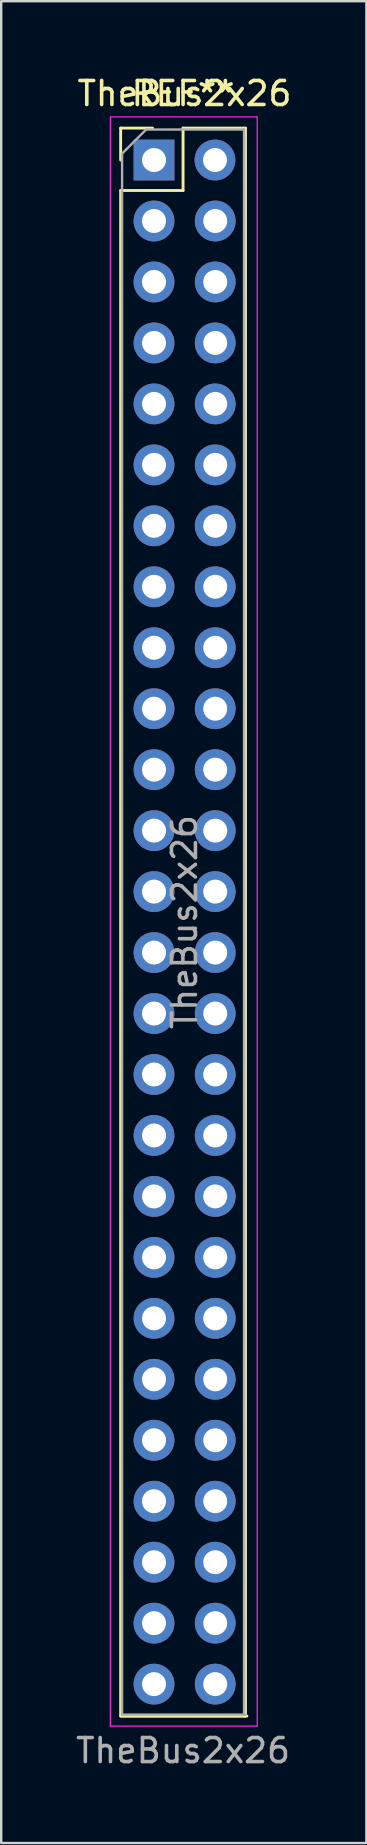
<source format=kicad_pcb>
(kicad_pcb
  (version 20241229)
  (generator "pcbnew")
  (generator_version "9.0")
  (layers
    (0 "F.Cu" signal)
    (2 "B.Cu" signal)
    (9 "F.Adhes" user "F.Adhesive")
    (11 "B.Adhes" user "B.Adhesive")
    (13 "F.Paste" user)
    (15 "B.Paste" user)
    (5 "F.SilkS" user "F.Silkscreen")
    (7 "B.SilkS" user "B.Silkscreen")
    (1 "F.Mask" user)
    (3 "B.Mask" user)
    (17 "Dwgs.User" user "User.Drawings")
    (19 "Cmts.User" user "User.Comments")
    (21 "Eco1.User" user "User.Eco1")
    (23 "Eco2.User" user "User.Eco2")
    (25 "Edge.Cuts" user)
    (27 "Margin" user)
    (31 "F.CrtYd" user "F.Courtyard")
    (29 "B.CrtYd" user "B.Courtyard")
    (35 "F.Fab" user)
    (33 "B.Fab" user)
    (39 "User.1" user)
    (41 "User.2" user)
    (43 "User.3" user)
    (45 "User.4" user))
  (footprint "TheBus2x26"
    (layer "F.Cu")
    (at 5.907 3.618)
    (property "Reference" "TheBus2x26" (at -1.27 -2.77 0) (layer "F.SilkS") (effects (font (size 1 1) (thickness 0.15))))
    (attr through_hole)
    (fp_line (start -3.93 -1.33) (end -3.93 0) (stroke (width 0.12) (type solid)) (layer "F.SilkS"))
    (fp_line (start -3.93 1.27) (end -3.93 64.83) (stroke (width 0.12) (type solid)) (layer "F.SilkS"))
    (fp_line (start -3.87 64.83) (end 1.33 64.83) (stroke (width 0.12) (type solid)) (layer "F.SilkS"))
    (fp_line (start -2.6 -1.33) (end -3.93 -1.33) (stroke (width 0.12) (type solid)) (layer "F.SilkS"))
    (fp_line (start -1.33 -1.33) (end -1.33 1.27) (stroke (width 0.12) (type solid)) (layer "F.SilkS"))
    (fp_line (start -1.33 1.27) (end -3.93 1.27) (stroke (width 0.12) (type solid)) (layer "F.SilkS"))
    (fp_line (start 1.27 -1.33) (end -1.33 -1.33) (stroke (width 0.12) (type solid)) (layer "F.SilkS"))
    (fp_line (start 1.27 -1.33) (end 1.27 64.83) (stroke (width 0.12) (type solid)) (layer "F.SilkS"))
    (fp_line (start 1.27 64.83) (end -3.93 64.83) (stroke (width 0.12) (type solid)) (layer "F.SilkS"))
    (fp_line (start -4.36 -1.8) (end -4.36 65.25) (stroke (width 0.05) (type solid)) (layer "F.CrtYd"))
    (fp_line (start -4.36 -1.8) (end 1.76 -1.8) (stroke (width 0.05) (type solid)) (layer "F.CrtYd"))
    (fp_line (start 1.76 -1.8) (end 1.76 65.25) (stroke (width 0.05) (type solid)) (layer "F.CrtYd"))
    (fp_line (start 1.76 65.25) (end -4.36 65.25) (stroke (width 0.05) (type solid)) (layer "F.CrtYd"))
    (fp_line (start -3.87 -0.27) (end -3.87 64.77) (stroke (width 0.1) (type solid)) (layer "F.Fab"))
    (fp_line (start -2.87 -1.27) (end -3.87 -0.27) (stroke (width 0.1) (type solid)) (layer "F.Fab"))
    (fp_line (start 1.21 -1.27) (end -2.87 -1.27) (stroke (width 0.1) (type solid)) (layer "F.Fab"))
    (fp_line (start 1.21 64.77) (end 1.21 -1.27) (stroke (width 0.1) (type solid)) (layer "F.Fab"))
    (fp_line (start 1.27 64.77) (end -3.81 64.77) (stroke (width 0.1) (type solid)) (layer "F.Fab"))
    (fp_text user "REF**" (at -1.33 -2.77 0) (layer "F.SilkS") (effects (font (size 1 1) (thickness 0.15))))
    (fp_text user "${REFERENCE}" (at -1.27 31.75 90) (layer "F.Fab") (effects (font (size 1 1) (thickness 0.15))))
    (fp_text user "TheBus2x26" (at -1.33 66.27 0) (layer "F.Fab") (effects (font (size 1 1) (thickness 0.15))))
    (pad "1" thru_hole rect (at -2.54 0) (size 1.7 1.7) (drill 1) (layers "*.Cu" "*.Mask"))
    (pad "2" thru_hole oval (at 0 0) (size 1.7 1.7) (drill 1) (layers "*.Cu" "*.Mask"))
    (pad "3" thru_hole oval (at -2.54 2.54) (size 1.7 1.7) (drill 1) (layers "*.Cu" "*.Mask"))
    (pad "4" thru_hole oval (at 0.01 2.54) (size 1.7 1.7) (drill 1) (layers "*.Cu" "*.Mask"))
    (pad "5" thru_hole oval (at -2.54 5.08) (size 1.7 1.7) (drill 1) (layers "*.Cu" "*.Mask"))
    (pad "6" thru_hole oval (at 0.01 5.08) (size 1.7 1.7) (drill 1) (layers "*.Cu" "*.Mask"))
    (pad "7" thru_hole oval (at -2.54 7.62) (size 1.7 1.7) (drill 1) (layers "*.Cu" "*.Mask"))
    (pad "8" thru_hole oval (at 0.01 7.62) (size 1.7 1.7) (drill 1) (layers "*.Cu" "*.Mask"))
    (pad "9" thru_hole oval (at -2.54 10.16) (size 1.7 1.7) (drill 1) (layers "*.Cu" "*.Mask"))
    (pad "10" thru_hole oval (at 0.01 10.16) (size 1.7 1.7) (drill 1) (layers "*.Cu" "*.Mask"))
    (pad "11" thru_hole oval (at -2.54 12.7) (size 1.7 1.7) (drill 1) (layers "*.Cu" "*.Mask"))
    (pad "12" thru_hole oval (at 0.01 12.7) (size 1.7 1.7) (drill 1) (layers "*.Cu" "*.Mask"))
    (pad "13" thru_hole oval (at -2.54 15.24) (size 1.7 1.7) (drill 1) (layers "*.Cu" "*.Mask"))
    (pad "14" thru_hole oval (at 0.01 15.24) (size 1.7 1.7) (drill 1) (layers "*.Cu" "*.Mask"))
    (pad "15" thru_hole oval (at -2.54 17.78) (size 1.7 1.7) (drill 1) (layers "*.Cu" "*.Mask"))
    (pad "16" thru_hole oval (at 0.01 17.78) (size 1.7 1.7) (drill 1) (layers "*.Cu" "*.Mask"))
    (pad "17" thru_hole oval (at -2.54 20.32) (size 1.7 1.7) (drill 1) (layers "*.Cu" "*.Mask"))
    (pad "18" thru_hole oval (at 0.01 20.32) (size 1.7 1.7) (drill 1) (layers "*.Cu" "*.Mask"))
    (pad "19" thru_hole oval (at -2.54 22.86) (size 1.7 1.7) (drill 1) (layers "*.Cu" "*.Mask"))
    (pad "20" thru_hole oval (at 0.01 22.86) (size 1.7 1.7) (drill 1) (layers "*.Cu" "*.Mask"))
    (pad "21" thru_hole oval (at -2.54 25.4) (size 1.7 1.7) (drill 1) (layers "*.Cu" "*.Mask"))
    (pad "22" thru_hole oval (at 0.01 25.4) (size 1.7 1.7) (drill 1) (layers "*.Cu" "*.Mask"))
    (pad "23" thru_hole oval (at -2.54 27.94) (size 1.7 1.7) (drill 1) (layers "*.Cu" "*.Mask"))
    (pad "24" thru_hole oval (at 0.01 27.94) (size 1.7 1.7) (drill 1) (layers "*.Cu" "*.Mask"))
    (pad "25" thru_hole oval (at -2.54 30.48) (size 1.7 1.7) (drill 1) (layers "*.Cu" "*.Mask"))
    (pad "26" thru_hole oval (at 0.01 30.48) (size 1.7 1.7) (drill 1) (layers "*.Cu" "*.Mask"))
    (pad "27" thru_hole oval (at -2.54 33.02) (size 1.7 1.7) (drill 1) (layers "*.Cu" "*.Mask"))
    (pad "28" thru_hole oval (at 0.01 33.02) (size 1.7 1.7) (drill 1) (layers "*.Cu" "*.Mask"))
    (pad "29" thru_hole oval (at -2.54 35.56) (size 1.7 1.7) (drill 1) (layers "*.Cu" "*.Mask"))
    (pad "30" thru_hole oval (at 0.01 35.56) (size 1.7 1.7) (drill 1) (layers "*.Cu" "*.Mask"))
    (pad "31" thru_hole oval (at -2.54 38.1) (size 1.7 1.7) (drill 1) (layers "*.Cu" "*.Mask"))
    (pad "32" thru_hole oval (at 0.01 38.1) (size 1.7 1.7) (drill 1) (layers "*.Cu" "*.Mask"))
    (pad "33" thru_hole oval (at -2.54 40.64) (size 1.7 1.7) (drill 1) (layers "*.Cu" "*.Mask"))
    (pad "34" thru_hole oval (at 0.01 40.64) (size 1.7 1.7) (drill 1) (layers "*.Cu" "*.Mask"))
    (pad "35" thru_hole oval (at -2.54 43.18) (size 1.7 1.7) (drill 1) (layers "*.Cu" "*.Mask"))
    (pad "36" thru_hole oval (at 0.01 43.18) (size 1.7 1.7) (drill 1) (layers "*.Cu" "*.Mask"))
    (pad "37" thru_hole oval (at -2.54 45.72) (size 1.7 1.7) (drill 1) (layers "*.Cu" "*.Mask"))
    (pad "38" thru_hole oval (at 0.01 45.72) (size 1.7 1.7) (drill 1) (layers "*.Cu" "*.Mask"))
    (pad "39" thru_hole oval (at -2.54 48.26) (size 1.7 1.7) (drill 1) (layers "*.Cu" "*.Mask"))
    (pad "40" thru_hole oval (at 0.01 48.26) (size 1.7 1.7) (drill 1) (layers "*.Cu" "*.Mask"))
    (pad "41" thru_hole oval (at -2.54 50.8) (size 1.7 1.7) (drill 1) (layers "*.Cu" "*.Mask"))
    (pad "42" thru_hole oval (at 0.01 50.8) (size 1.7 1.7) (drill 1) (layers "*.Cu" "*.Mask"))
    (pad "43" thru_hole oval (at -2.54 53.34) (size 1.7 1.7) (drill 1) (layers "*.Cu" "*.Mask"))
    (pad "44" thru_hole oval (at 0.01 53.34) (size 1.7 1.7) (drill 1) (layers "*.Cu" "*.Mask"))
    (pad "45" thru_hole oval (at -2.54 55.88) (size 1.7 1.7) (drill 1) (layers "*.Cu" "*.Mask"))
    (pad "46" thru_hole oval (at 0.01 55.88) (size 1.7 1.7) (drill 1) (layers "*.Cu" "*.Mask"))
    (pad "47" thru_hole oval (at -2.54 58.42) (size 1.7 1.7) (drill 1) (layers "*.Cu" "*.Mask"))
    (pad "48" thru_hole oval (at 0.01 58.42) (size 1.7 1.7) (drill 1) (layers "*.Cu" "*.Mask"))
    (pad "49" thru_hole oval (at -2.54 60.96) (size 1.7 1.7) (drill 1) (layers "*.Cu" "*.Mask"))
    (pad "50" thru_hole oval (at 0.01 60.96) (size 1.7 1.7) (drill 1) (layers "*.Cu" "*.Mask"))
    (pad "51" thru_hole oval (at -2.54 63.5) (size 1.7 1.7) (drill 1) (layers "*.Cu" "*.Mask"))
    (pad "52" thru_hole oval (at 0.01 63.5) (size 1.7 1.7) (drill 1) (layers "*.Cu" "*.Mask")))
  (gr_rect
    (start -3 -3)
    (end 12.215 73.737)
    (stroke (width 0.1) (type default))
    (fill no)
    (layer "Edge.Cuts")))
</source>
